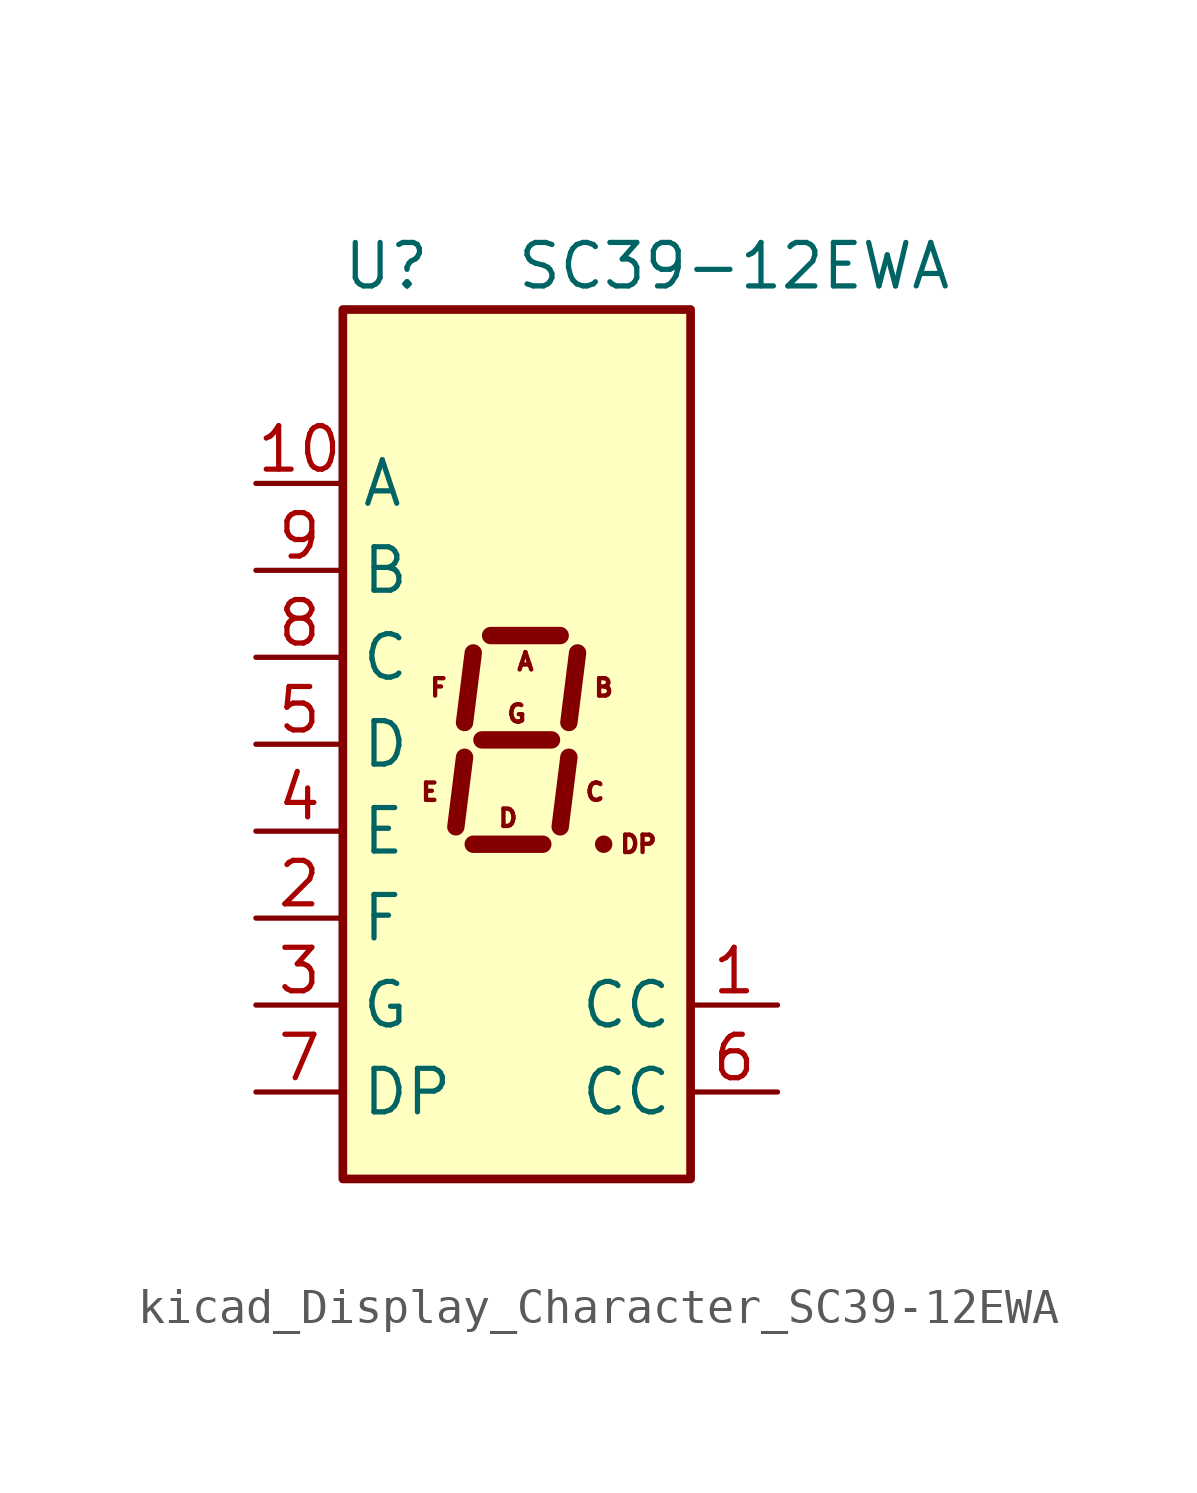
<source format=kicad_sym>
(kicad_symbol_lib
  (version 20220914)
  (generator kicad_symbol_editor)
  (symbol "kicad_Display_Character_SC39-12EWA"
    (property "Reference" "U"
      (at -3.81 13.97 0)
      (effects (font (size 1.27 1.27))))
    (property "Value" "SC39-12EWA"
      (at 6.35 13.97 0)
      (effects (font (size 1.27 1.27))))
    (symbol "kicad_Display_Character_SC39-12EWA_1_0"
      (text "A" (at 0.254 2.413 0) (effects (font (size 0.508 0.508))))
      (text "B" (at 2.54 1.651 0) (effects (font (size 0.508 0.508))))
      (text "C" (at 2.286 -1.397 0) (effects (font (size 0.508 0.508))))
      (text "D" (at -0.254 -2.159 0) (effects (font (size 0.508 0.508))))
      (text "DP" (at 3.556 -2.921 0) (effects (font (size 0.508 0.508))))
      (text "E" (at -2.54 -1.397 0) (effects (font (size 0.508 0.508))))
      (text "F" (at -2.286 1.651 0) (effects (font (size 0.508 0.508))))
      (text "G" (at 0 0.889 0) (effects (font (size 0.508 0.508)))))
    (symbol "kicad_Display_Character_SC39-12EWA_1_1"
      (rectangle (start -5.08 12.7) (end 5.08 -12.7) (stroke (width 0.254) (type default)) (fill (type background)))
      (polyline (pts (xy -1.524 -0.381) (xy -1.778 -2.413)) (stroke (width 0.508) (type default)) (fill (type none)))
      (polyline (pts (xy -1.27 -2.921) (xy 0.762 -2.921)) (stroke (width 0.508) (type default)) (fill (type none)))
      (polyline (pts (xy -1.27 2.667) (xy -1.524 0.635)) (stroke (width 0.508) (type default)) (fill (type none)))
      (polyline (pts (xy -1.016 0.127) (xy 1.016 0.127)) (stroke (width 0.508) (type default)) (fill (type none)))
      (polyline (pts (xy -0.762 3.175) (xy 1.27 3.175)) (stroke (width 0.508) (type default)) (fill (type none)))
      (polyline (pts (xy 1.524 -0.381) (xy 1.27 -2.413)) (stroke (width 0.508) (type default)) (fill (type none)))
      (polyline (pts (xy 1.778 2.667) (xy 1.524 0.635)) (stroke (width 0.508) (type default)) (fill (type none)))
      (polyline (pts (xy 2.54 -2.921) (xy 2.54 -2.921)) (stroke (width 0.508) (type default)) (fill (type none)))
      (pin input line (at 7.62 -7.62 180) (length 2.54) (name "CC" (effects (font (size 1.27 1.27)))) (number "1" (effects (font (size 1.27 1.27)))))
      (pin input line (at -7.62 7.62 0) (length 2.54) (name "A" (effects (font (size 1.27 1.27)))) (number "10" (effects (font (size 1.27 1.27)))))
      (pin input line (at -7.62 -5.08 0) (length 2.54) (name "F" (effects (font (size 1.27 1.27)))) (number "2" (effects (font (size 1.27 1.27)))))
      (pin input line (at -7.62 -7.62 0) (length 2.54) (name "G" (effects (font (size 1.27 1.27)))) (number "3" (effects (font (size 1.27 1.27)))))
      (pin input line (at -7.62 -2.54 0) (length 2.54) (name "E" (effects (font (size 1.27 1.27)))) (number "4" (effects (font (size 1.27 1.27)))))
      (pin input line (at -7.62 0 0) (length 2.54) (name "D" (effects (font (size 1.27 1.27)))) (number "5" (effects (font (size 1.27 1.27)))))
      (pin input line (at 7.62 -10.16 180) (length 2.54) (name "CC" (effects (font (size 1.27 1.27)))) (number "6" (effects (font (size 1.27 1.27)))))
      (pin input line (at -7.62 -10.16 0) (length 2.54) (name "DP" (effects (font (size 1.27 1.27)))) (number "7" (effects (font (size 1.27 1.27)))))
      (pin input line (at -7.62 2.54 0) (length 2.54) (name "C" (effects (font (size 1.27 1.27)))) (number "8" (effects (font (size 1.27 1.27)))))
      (pin input line (at -7.62 5.08 0) (length 2.54) (name "B" (effects (font (size 1.27 1.27)))) (number "9" (effects (font (size 1.27 1.27))))))))
</source>
